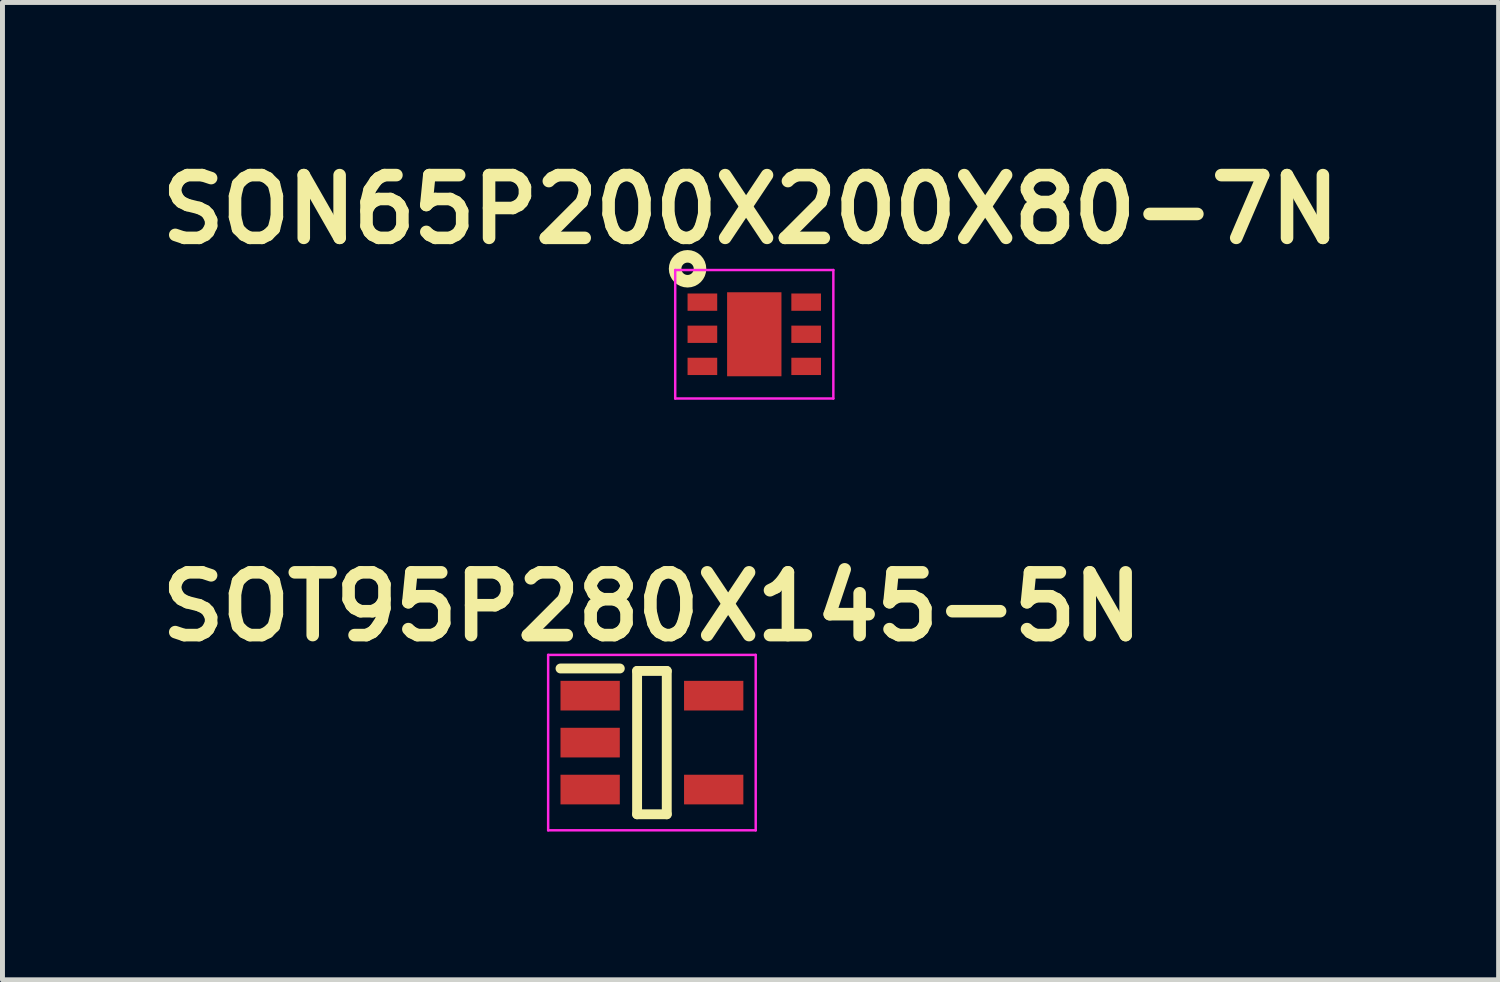
<source format=kicad_pcb>
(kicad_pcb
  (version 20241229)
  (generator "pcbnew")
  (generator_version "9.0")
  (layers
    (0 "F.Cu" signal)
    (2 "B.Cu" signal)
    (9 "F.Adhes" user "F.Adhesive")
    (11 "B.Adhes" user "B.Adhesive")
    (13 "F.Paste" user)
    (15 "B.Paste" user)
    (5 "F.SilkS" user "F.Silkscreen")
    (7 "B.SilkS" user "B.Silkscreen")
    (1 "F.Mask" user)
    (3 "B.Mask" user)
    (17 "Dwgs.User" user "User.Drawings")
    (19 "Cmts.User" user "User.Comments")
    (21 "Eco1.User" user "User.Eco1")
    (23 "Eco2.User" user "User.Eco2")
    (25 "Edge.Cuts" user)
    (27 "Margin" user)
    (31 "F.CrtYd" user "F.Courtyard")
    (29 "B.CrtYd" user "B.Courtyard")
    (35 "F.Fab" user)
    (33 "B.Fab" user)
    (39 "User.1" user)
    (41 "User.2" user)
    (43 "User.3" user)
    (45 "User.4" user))
  (footprint "SON65P200X200X80-7N"
    (layer "F.Cu")
    (at 12.213 3.714)
    (property "Reference" "SON65P200X200X80-7N" (at -0.075 -2.525 0) (layer "F.SilkS") (effects (font (size 1.27 1.27) (thickness 0.254))))
    (attr smd)
    (fp_circle (center -1.35 -1.325) (end -1.225 -1.325) (stroke (width 0.254) (type solid)) (fill no) (layer "F.SilkS"))
    (fp_line (start -1.6 -1.3) (end 1.6 -1.3) (stroke (width 0.05) (type solid)) (layer "F.CrtYd"))
    (fp_line (start -1.6 1.3) (end -1.6 -1.3) (stroke (width 0.05) (type solid)) (layer "F.CrtYd"))
    (fp_line (start 1.6 -1.3) (end 1.6 1.3) (stroke (width 0.05) (type solid)) (layer "F.CrtYd"))
    (fp_line (start 1.6 1.3) (end -1.6 1.3) (stroke (width 0.05) (type solid)) (layer "F.CrtYd"))
    (pad "1" smd rect (at -1.05 -0.65 90) (size 0.35 0.6) (layers "F.Cu" "F.Mask" "F.Paste"))
    (pad "2" smd rect (at -1.05 0 90) (size 0.35 0.6) (layers "F.Cu" "F.Mask" "F.Paste"))
    (pad "3" smd rect (at -1.05 0.65 90) (size 0.35 0.6) (layers "F.Cu" "F.Mask" "F.Paste"))
    (pad "4" smd rect (at 1.05 0.65 90) (size 0.35 0.6) (layers "F.Cu" "F.Mask" "F.Paste"))
    (pad "5" smd rect (at 1.05 0 90) (size 0.35 0.6) (layers "F.Cu" "F.Mask" "F.Paste"))
    (pad "6" smd rect (at 1.05 -0.65 90) (size 0.35 0.6) (layers "F.Cu" "F.Mask" "F.Paste"))
    (pad "7" smd rect (at 0 0) (size 1.1 1.7) (layers "F.Cu" "F.Mask" "F.Paste")))
  (footprint "SOT95P280X145-5N"
    (layer "F.Cu")
    (at 10.142 11.977)
    (property "Reference" "SOT95P280X145-5N" (at 0 -2.75 0) (layer "F.SilkS") (effects (font (size 1.27 1.27) (thickness 0.254))))
    (attr smd)
    (fp_line (start -1.85 -1.5) (end -0.65 -1.5) (stroke (width 0.2) (type solid)) (layer "F.SilkS"))
    (fp_line (start -0.3 -1.45) (end 0.3 -1.45) (stroke (width 0.2) (type solid)) (layer "F.SilkS"))
    (fp_line (start -0.3 1.45) (end -0.3 -1.45) (stroke (width 0.2) (type solid)) (layer "F.SilkS"))
    (fp_line (start 0.3 -1.45) (end 0.3 1.45) (stroke (width 0.2) (type solid)) (layer "F.SilkS"))
    (fp_line (start 0.3 1.45) (end -0.3 1.45) (stroke (width 0.2) (type solid)) (layer "F.SilkS"))
    (fp_line (start -2.1 -1.775) (end 2.1 -1.775) (stroke (width 0.05) (type solid)) (layer "F.CrtYd"))
    (fp_line (start -2.1 1.775) (end -2.1 -1.775) (stroke (width 0.05) (type solid)) (layer "F.CrtYd"))
    (fp_line (start 2.1 -1.775) (end 2.1 1.775) (stroke (width 0.05) (type solid)) (layer "F.CrtYd"))
    (fp_line (start 2.1 1.775) (end -2.1 1.775) (stroke (width 0.05) (type solid)) (layer "F.CrtYd"))
    (pad "1" smd rect (at -1.25 -0.95 90) (size 0.6 1.2) (layers "F.Cu" "F.Mask" "F.Paste"))
    (pad "2" smd rect (at -1.25 0 90) (size 0.6 1.2) (layers "F.Cu" "F.Mask" "F.Paste"))
    (pad "3" smd rect (at -1.25 0.95 90) (size 0.6 1.2) (layers "F.Cu" "F.Mask" "F.Paste"))
    (pad "4" smd rect (at 1.25 0.95 90) (size 0.6 1.2) (layers "F.Cu" "F.Mask" "F.Paste"))
    (pad "5" smd rect (at 1.25 -0.95 90) (size 0.6 1.2) (layers "F.Cu" "F.Mask" "F.Paste")))
  (gr_rect
    (start -3 -3)
    (end 27.275 16.777)
    (stroke (width 0.1) (type default))
    (fill no)
    (layer "Edge.Cuts")))
</source>
